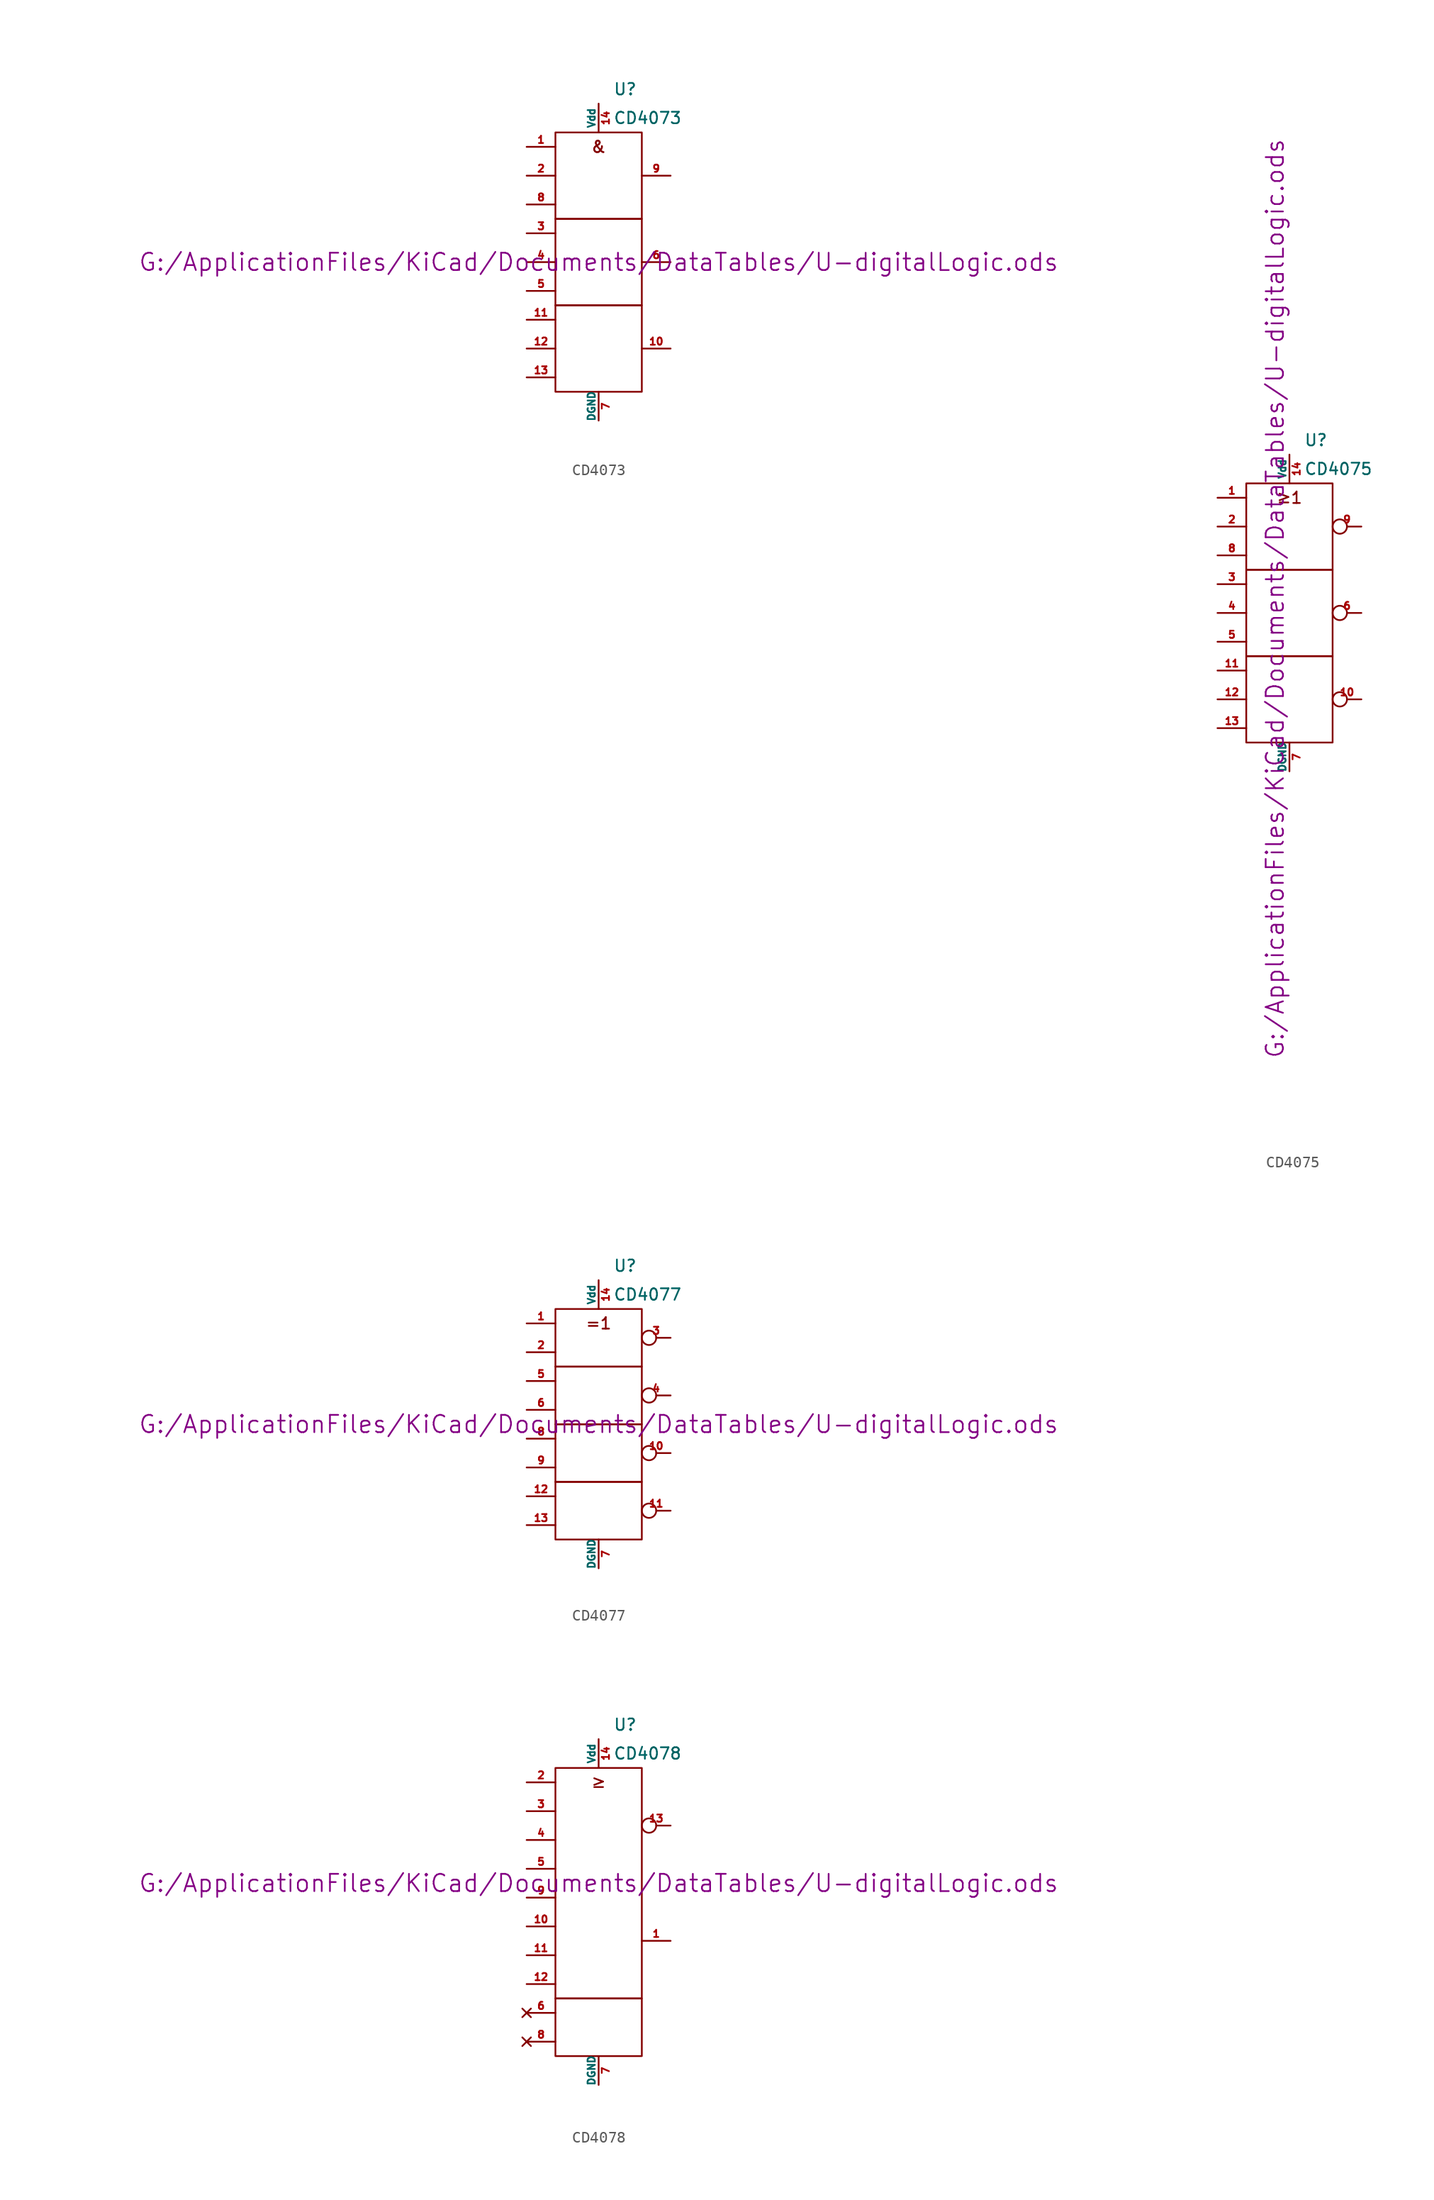
<source format=kicad_sym>
(kicad_symbol_lib
  (version 20211014)
  (generator kicad_symbol_editor)
  (symbol "CD4073"
    (pin_names
      (offset 0))
    (property "Reference" "U"
      (at 1.27 15.24 0)
      (effects (font (size 1.016 1.016)) (justify left)))
    (property "Value" "CD4073"
      (at 1.27 12.7 0)
      (effects (font (size 1.016 1.016)) (justify left)))
    (property "Footprint" ""
      (at 0 0 0)
      (effects (font (size 1.524 1.524))))
    (property "Datasheet" "G:/ApplicationFiles/KiCad/Documents/DataTables/U-digitalLogic.ods"
      (at 0 0 0)
      (effects (font (size 1.524 1.524))))
    (symbol "CD4073_0_0"
      (text "&" (at 0 10.16 0) (effects (font (size 1.016 1.016)))))
    (symbol "CD4073_0_1"
      (rectangle (start -3.81 -3.81) (end 3.81 -11.43) (stroke (width 0) (type default) (color 0 0 0 0)) (fill (type none)))
      (rectangle (start -3.81 3.81) (end 3.81 -3.81) (stroke (width 0) (type default) (color 0 0 0 0)) (fill (type none)))
      (rectangle (start -3.81 11.43) (end 3.81 3.81) (stroke (width 0) (type default) (color 0 0 0 0)) (fill (type none))))
    (symbol "CD4073_1_1"
      (pin input line (at -6.35 10.16 0) (length 2.54) (name "~" (effects (font (size 0.635 0.635)))) (number "1" (effects (font (size 0.635 0.635)))))
      (pin output line (at 6.35 -7.62 180) (length 2.54) (name "~" (effects (font (size 0.635 0.635)))) (number "10" (effects (font (size 0.635 0.635)))))
      (pin input line (at -6.35 -5.08 0) (length 2.54) (name "~" (effects (font (size 0.635 0.635)))) (number "11" (effects (font (size 0.635 0.635)))))
      (pin input line (at -6.35 -7.62 0) (length 2.54) (name "~" (effects (font (size 0.635 0.635)))) (number "12" (effects (font (size 0.635 0.635)))))
      (pin input line (at -6.35 -10.16 0) (length 2.54) (name "~" (effects (font (size 0.635 0.635)))) (number "13" (effects (font (size 0.635 0.635)))))
      (pin power_in line (at 0 13.97 270) (length 2.54) (name "Vdd" (effects (font (size 0.635 0.635)))) (number "14" (effects (font (size 0.635 0.635)))))
      (pin input line (at -6.35 7.62 0) (length 2.54) (name "~" (effects (font (size 0.635 0.635)))) (number "2" (effects (font (size 0.635 0.635)))))
      (pin input line (at -6.35 2.54 0) (length 2.54) (name "~" (effects (font (size 0.635 0.635)))) (number "3" (effects (font (size 0.635 0.635)))))
      (pin input line (at -6.35 0 0) (length 2.54) (name "~" (effects (font (size 0.635 0.635)))) (number "4" (effects (font (size 0.635 0.635)))))
      (pin input line (at -6.35 -2.54 0) (length 2.54) (name "~" (effects (font (size 0.635 0.635)))) (number "5" (effects (font (size 0.635 0.635)))))
      (pin output line (at 6.35 0 180) (length 2.54) (name "~" (effects (font (size 0.635 0.635)))) (number "6" (effects (font (size 0.635 0.635)))))
      (pin power_in line (at 0 -13.97 90) (length 2.54) (name "DGND" (effects (font (size 0.635 0.635)))) (number "7" (effects (font (size 0.635 0.635)))))
      (pin input line (at -6.35 5.08 0) (length 2.54) (name "~" (effects (font (size 0.635 0.635)))) (number "8" (effects (font (size 0.635 0.635)))))
      (pin output line (at 6.35 7.62 180) (length 2.54) (name "~" (effects (font (size 0.635 0.635)))) (number "9" (effects (font (size 0.635 0.635)))))))
  (symbol "CD4075"
    (pin_names
      (offset 0))
    (property "Reference" "U"
      (at 1.27 15.24 0)
      (effects (font (size 1.016 1.016)) (justify left)))
    (property "Value" "CD4075"
      (at 1.27 12.7 0)
      (effects (font (size 1.016 1.016)) (justify left)))
    (property "Footprint" ""
      (at -1.27 1.27 90)
      (effects (font (size 1.524 1.524))))
    (property "Datasheet" "G:/ApplicationFiles/KiCad/Documents/DataTables/U-digitalLogic.ods"
      (at -1.27 1.27 90)
      (effects (font (size 1.524 1.524))))
    (symbol "CD4075_0_0"
      (rectangle (start -3.81 -3.81) (end 3.81 -11.43) (stroke (width 0) (type default) (color 0 0 0 0)) (fill (type none)))
      (rectangle (start -3.81 3.81) (end 3.81 -3.81) (stroke (width 0) (type default) (color 0 0 0 0)) (fill (type none)))
      (rectangle (start -3.81 11.43) (end 3.81 3.81) (stroke (width 0) (type default) (color 0 0 0 0)) (fill (type none)))
      (text "≥1" (at 0 10.16 0) (effects (font (size 1.016 1.016)))))
    (symbol "CD4075_1_1"
      (pin input line (at -6.35 10.16 0) (length 2.54) (name "~" (effects (font (size 0.635 0.635)))) (number "1" (effects (font (size 0.635 0.635)))))
      (pin output inverted (at 6.35 -7.62 180) (length 2.54) (name "~" (effects (font (size 0.635 0.635)))) (number "10" (effects (font (size 0.635 0.635)))))
      (pin input line (at -6.35 -5.08 0) (length 2.54) (name "~" (effects (font (size 0.635 0.635)))) (number "11" (effects (font (size 0.635 0.635)))))
      (pin input line (at -6.35 -7.62 0) (length 2.54) (name "~" (effects (font (size 0.635 0.635)))) (number "12" (effects (font (size 0.635 0.635)))))
      (pin input line (at -6.35 -10.16 0) (length 2.54) (name "~" (effects (font (size 0.635 0.635)))) (number "13" (effects (font (size 0.635 0.635)))))
      (pin power_in line (at 0 13.97 270) (length 2.54) (name "Vdd" (effects (font (size 0.635 0.635)))) (number "14" (effects (font (size 0.635 0.635)))))
      (pin input line (at -6.35 7.62 0) (length 2.54) (name "~" (effects (font (size 0.635 0.635)))) (number "2" (effects (font (size 0.635 0.635)))))
      (pin input line (at -6.35 2.54 0) (length 2.54) (name "~" (effects (font (size 0.635 0.635)))) (number "3" (effects (font (size 0.635 0.635)))))
      (pin input line (at -6.35 0 0) (length 2.54) (name "~" (effects (font (size 0.635 0.635)))) (number "4" (effects (font (size 0.635 0.635)))))
      (pin input line (at -6.35 -2.54 0) (length 2.54) (name "~" (effects (font (size 0.635 0.635)))) (number "5" (effects (font (size 0.635 0.635)))))
      (pin output inverted (at 6.35 0 180) (length 2.54) (name "~" (effects (font (size 0.635 0.635)))) (number "6" (effects (font (size 0.635 0.635)))))
      (pin power_in line (at 0 -13.97 90) (length 2.54) (name "DGND" (effects (font (size 0.635 0.635)))) (number "7" (effects (font (size 0.635 0.635)))))
      (pin input line (at -6.35 5.08 0) (length 2.54) (name "~" (effects (font (size 0.635 0.635)))) (number "8" (effects (font (size 0.635 0.635)))))
      (pin output inverted (at 6.35 7.62 180) (length 2.54) (name "~" (effects (font (size 0.635 0.635)))) (number "9" (effects (font (size 0.635 0.635)))))))
  (symbol "CD4077"
    (pin_names
      (offset 0))
    (property "Reference" "U"
      (at 1.27 13.97 0)
      (effects (font (size 1.016 1.016)) (justify left)))
    (property "Value" "CD4077"
      (at 1.27 11.43 0)
      (effects (font (size 1.016 1.016)) (justify left)))
    (property "Footprint" ""
      (at 0 0 0)
      (effects (font (size 1.524 1.524))))
    (property "Datasheet" "G:/ApplicationFiles/KiCad/Documents/DataTables/U-digitalLogic.ods"
      (at 0 0 0)
      (effects (font (size 1.524 1.524))))
    (symbol "CD4077_0_0"
      (text "=1" (at 0 8.89 0) (effects (font (size 1.016 1.016)))))
    (symbol "CD4077_0_1"
      (rectangle (start -3.81 -5.08) (end 3.81 -10.16) (stroke (width 0) (type default) (color 0 0 0 0)) (fill (type none)))
      (rectangle (start -3.81 0) (end 3.81 -5.08) (stroke (width 0) (type default) (color 0 0 0 0)) (fill (type none)))
      (rectangle (start -3.81 5.08) (end 3.81 0) (stroke (width 0) (type default) (color 0 0 0 0)) (fill (type none)))
      (rectangle (start -3.81 10.16) (end 3.81 5.08) (stroke (width 0) (type default) (color 0 0 0 0)) (fill (type none))))
    (symbol "CD4077_1_1"
      (pin input line (at -6.35 8.89 0) (length 2.54) (name "~" (effects (font (size 0.635 0.635)))) (number "1" (effects (font (size 0.635 0.635)))))
      (pin output inverted (at 6.35 -2.54 180) (length 2.54) (name "~" (effects (font (size 0.635 0.635)))) (number "10" (effects (font (size 0.635 0.635)))))
      (pin output inverted (at 6.35 -7.62 180) (length 2.54) (name "~" (effects (font (size 0.635 0.635)))) (number "11" (effects (font (size 0.635 0.635)))))
      (pin input line (at -6.35 -6.35 0) (length 2.54) (name "~" (effects (font (size 0.635 0.635)))) (number "12" (effects (font (size 0.635 0.635)))))
      (pin input line (at -6.35 -8.89 0) (length 2.54) (name "~" (effects (font (size 0.635 0.635)))) (number "13" (effects (font (size 0.635 0.635)))))
      (pin power_in line (at 0 12.7 270) (length 2.54) (name "Vdd" (effects (font (size 0.635 0.635)))) (number "14" (effects (font (size 0.635 0.635)))))
      (pin input line (at -6.35 6.35 0) (length 2.54) (name "~" (effects (font (size 0.635 0.635)))) (number "2" (effects (font (size 0.635 0.635)))))
      (pin output inverted (at 6.35 7.62 180) (length 2.54) (name "~" (effects (font (size 0.635 0.635)))) (number "3" (effects (font (size 0.635 0.635)))))
      (pin output inverted (at 6.35 2.54 180) (length 2.54) (name "~" (effects (font (size 0.635 0.635)))) (number "4" (effects (font (size 0.635 0.635)))))
      (pin input line (at -6.35 3.81 0) (length 2.54) (name "~" (effects (font (size 0.635 0.635)))) (number "5" (effects (font (size 0.635 0.635)))))
      (pin input line (at -6.35 1.27 0) (length 2.54) (name "~" (effects (font (size 0.635 0.635)))) (number "6" (effects (font (size 0.635 0.635)))))
      (pin power_in line (at 0 -12.7 90) (length 2.54) (name "DGND" (effects (font (size 0.635 0.635)))) (number "7" (effects (font (size 0.635 0.635)))))
      (pin input line (at -6.35 -1.27 0) (length 2.54) (name "~" (effects (font (size 0.635 0.635)))) (number "8" (effects (font (size 0.635 0.635)))))
      (pin input line (at -6.35 -3.81 0) (length 2.54) (name "~" (effects (font (size 0.635 0.635)))) (number "9" (effects (font (size 0.635 0.635)))))))
  (symbol "CD4078"
    (pin_names
      (offset 0))
    (property "Reference" "U"
      (at 1.27 16.51 0)
      (effects (font (size 1.016 1.016)) (justify left)))
    (property "Value" "CD4078"
      (at 1.27 13.97 0)
      (effects (font (size 1.016 1.016)) (justify left)))
    (property "Footprint" ""
      (at 0 2.54 0)
      (effects (font (size 1.524 1.524))))
    (property "Datasheet" "G:/ApplicationFiles/KiCad/Documents/DataTables/U-digitalLogic.ods"
      (at 0 2.54 0)
      (effects (font (size 1.524 1.524))))
    (symbol "CD4078_0_0"
      (text "≥" (at 0 11.43 0) (effects (font (size 1.016 1.016)))))
    (symbol "CD4078_0_1"
      (rectangle (start -3.81 -7.62) (end 3.81 -12.7) (stroke (width 0) (type default) (color 0 0 0 0)) (fill (type none)))
      (rectangle (start -3.81 12.7) (end 3.81 -7.62) (stroke (width 0) (type default) (color 0 0 0 0)) (fill (type none))))
    (symbol "CD4078_1_1"
      (pin input line (at 6.35 -2.54 180) (length 2.54) (name "~" (effects (font (size 0.635 0.635)))) (number "1" (effects (font (size 0.635 0.635)))))
      (pin input line (at -6.35 -1.27 0) (length 2.54) (name "~" (effects (font (size 0.635 0.635)))) (number "10" (effects (font (size 0.635 0.635)))))
      (pin input line (at -6.35 -3.81 0) (length 2.54) (name "~" (effects (font (size 0.635 0.635)))) (number "11" (effects (font (size 0.635 0.635)))))
      (pin input line (at -6.35 -6.35 0) (length 2.54) (name "~" (effects (font (size 0.635 0.635)))) (number "12" (effects (font (size 0.635 0.635)))))
      (pin input inverted (at 6.35 7.62 180) (length 2.54) (name "~" (effects (font (size 0.635 0.635)))) (number "13" (effects (font (size 0.635 0.635)))))
      (pin power_in line (at 0 15.24 270) (length 2.54) (name "Vdd" (effects (font (size 0.635 0.635)))) (number "14" (effects (font (size 0.635 0.635)))))
      (pin input line (at -6.35 11.43 0) (length 2.54) (name "~" (effects (font (size 0.635 0.635)))) (number "2" (effects (font (size 0.635 0.635)))))
      (pin input line (at -6.35 8.89 0) (length 2.54) (name "~" (effects (font (size 0.635 0.635)))) (number "3" (effects (font (size 0.635 0.635)))))
      (pin input line (at -6.35 6.35 0) (length 2.54) (name "~" (effects (font (size 0.635 0.635)))) (number "4" (effects (font (size 0.635 0.635)))))
      (pin input line (at -6.35 3.81 0) (length 2.54) (name "~" (effects (font (size 0.635 0.635)))) (number "5" (effects (font (size 0.635 0.635)))))
      (pin no_connect line (at -6.35 -8.89 0) (length 2.54) (name "~" (effects (font (size 0.635 0.635)))) (number "6" (effects (font (size 0.635 0.635)))))
      (pin power_in line (at 0 -15.24 90) (length 2.54) (name "DGND" (effects (font (size 0.635 0.635)))) (number "7" (effects (font (size 0.635 0.635)))))
      (pin no_connect line (at -6.35 -11.43 0) (length 2.54) (name "~" (effects (font (size 0.635 0.635)))) (number "8" (effects (font (size 0.635 0.635)))))
      (pin input line (at -6.35 1.27 0) (length 2.54) (name "~" (effects (font (size 0.635 0.635)))) (number "9" (effects (font (size 0.635 0.635))))))))
</source>
